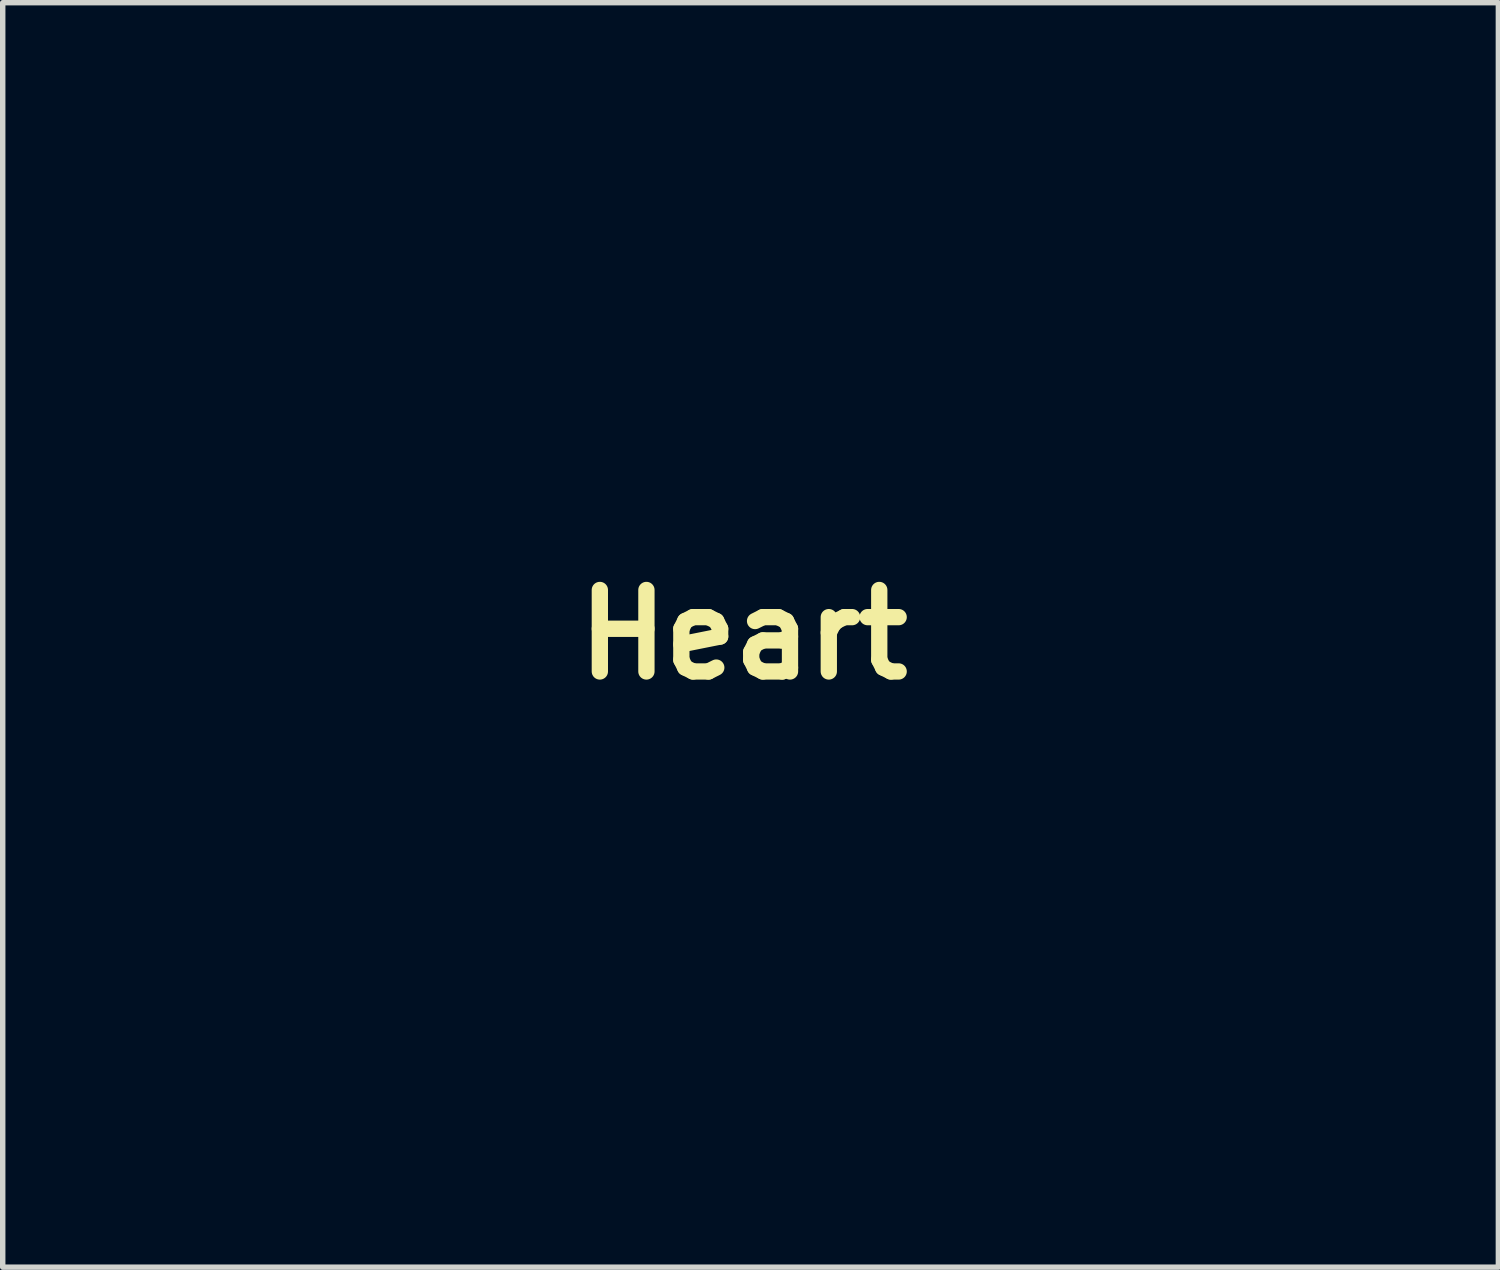
<source format=kicad_pcb>
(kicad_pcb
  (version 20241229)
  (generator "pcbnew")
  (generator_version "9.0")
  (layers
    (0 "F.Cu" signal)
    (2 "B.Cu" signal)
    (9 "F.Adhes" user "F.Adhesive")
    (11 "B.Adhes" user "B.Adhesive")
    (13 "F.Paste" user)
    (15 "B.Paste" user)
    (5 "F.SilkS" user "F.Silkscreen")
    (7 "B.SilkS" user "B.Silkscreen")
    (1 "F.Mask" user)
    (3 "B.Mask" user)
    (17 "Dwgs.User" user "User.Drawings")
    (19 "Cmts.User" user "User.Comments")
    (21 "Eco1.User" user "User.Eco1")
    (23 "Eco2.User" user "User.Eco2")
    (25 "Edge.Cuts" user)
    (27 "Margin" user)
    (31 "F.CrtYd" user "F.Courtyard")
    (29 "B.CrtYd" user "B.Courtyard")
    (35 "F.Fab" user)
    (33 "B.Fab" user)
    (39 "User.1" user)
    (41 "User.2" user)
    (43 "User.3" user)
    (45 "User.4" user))
  (footprint "Heart"
    (layer "F.Cu")
    (at 10.634 8.631)
    (property "Reference" "Heart" (at 0 0 0) (layer "F.SilkS") (effects (font (size 1.5 1.5) (thickness 0.3))))
    (attr board_only exclude_from_pos_files exclude_from_bom)
    (fp_poly (pts (xy 3.951 -8.614) (xy 4.051 -8.607) (xy 4.222 -8.596) (xy 4.453 -8.58) (xy 4.734 -8.561) (xy 5.054 -8.539) (xy 5.403 -8.515) (xy 5.769 -8.489) (xy 5.857 -8.483) (xy 7.495 -8.37) (xy 7.773 -8.122) (xy 7.893 -8.016) (xy 8.062 -7.868) (xy 8.27 -7.685) (xy 8.506 -7.48) (xy 8.758 -7.26) (xy 9.015 -7.037) (xy 9.265 -6.82) (xy 9.497 -6.618) (xy 9.7 -6.443) (xy 9.765 -6.388) (xy 9.896 -6.274) (xy 10.007 -6.178) (xy 10.081 -6.113) (xy 10.097 -6.098) (xy 10.112 -6.07) (xy 10.133 -6.003) (xy 10.159 -5.895) (xy 10.193 -5.741) (xy 10.235 -5.537) (xy 10.285 -5.278) (xy 10.346 -4.961) (xy 10.417 -4.58) (xy 10.499 -4.132) (xy 10.593 -3.612) (xy 10.7 -3.016) (xy 10.705 -2.991) (xy 10.896 -1.925) (xy 9.684 -0.122) (xy 9.449 0.226) (xy 9.224 0.556) (xy 9.013 0.863) (xy 8.821 1.138) (xy 8.654 1.376) (xy 8.514 1.569) (xy 8.409 1.71) (xy 8.342 1.793) (xy 8.327 1.809) (xy 8.204 1.914) (xy 8.078 2.016) (xy 8.05 2.039) (xy 7.977 2.097) (xy 7.854 2.198) (xy 7.695 2.331) (xy 7.51 2.485) (xy 7.314 2.65) (xy 7.117 2.816) (xy 6.933 2.971) (xy 6.774 3.103) (xy 6.653 3.204) (xy 6.581 3.262) (xy 6.525 3.307) (xy 6.413 3.4) (xy 6.251 3.535) (xy 6.047 3.705) (xy 5.806 3.906) (xy 5.536 4.132) (xy 5.242 4.378) (xy 4.932 4.639) (xy 4.872 4.689) (xy 4.56 4.951) (xy 4.263 5.2) (xy 3.988 5.43) (xy 3.741 5.636) (xy 3.53 5.813) (xy 3.36 5.954) (xy 3.238 6.055) (xy 3.171 6.11) (xy 3.165 6.115) (xy 3.095 6.172) (xy 2.974 6.272) (xy 2.814 6.405) (xy 2.628 6.56) (xy 2.428 6.728) (xy 2.405 6.747) (xy 2.198 6.92) (xy 2.001 7.085) (xy 1.825 7.231) (xy 1.685 7.348) (xy 1.593 7.424) (xy 1.589 7.427) (xy 1.501 7.5) (xy 1.363 7.615) (xy 1.19 7.76) (xy 0.993 7.925) (xy 0.788 8.098) (xy 0.775 8.109) (xy 0.582 8.27) (xy 0.412 8.412) (xy 0.272 8.526) (xy 0.173 8.605) (xy 0.125 8.641) (xy 0.122 8.642) (xy 0.084 8.618) (xy 0.00021 8.552) (xy -0.112 8.458) (xy -0.146 8.429) (xy -0.243 8.347) (xy -0.39 8.222) (xy -0.579 8.063) (xy -0.797 7.88) (xy -1.036 7.68) (xy -1.284 7.472) (xy -1.532 7.264) (xy -1.769 7.067) (xy -1.985 6.887) (xy -2.169 6.734) (xy -2.311 6.616) (xy -2.4 6.544) (xy -2.463 6.492) (xy -2.582 6.393) (xy -2.748 6.255) (xy -2.954 6.083) (xy -3.194 5.883) (xy -3.459 5.661) (xy -3.742 5.424) (xy -3.89 5.3) (xy -4.179 5.058) (xy -4.455 4.828) (xy -4.708 4.616) (xy -4.933 4.429) (xy -5.121 4.273) (xy -5.265 4.153) (xy -5.357 4.077) (xy -5.383 4.057) (xy -5.455 3.998) (xy -5.579 3.894) (xy -5.746 3.755) (xy -5.945 3.589) (xy -6.166 3.403) (xy -6.382 3.221) (xy -6.616 3.024) (xy -6.775 2.89) (xy -6.465 2.89) (xy -6.464 2.891) (xy -6.44 2.915) (xy -6.376 2.971) (xy -6.271 3.062) (xy -6.122 3.188) (xy -5.928 3.35) (xy -5.687 3.552) (xy -5.397 3.793) (xy -5.056 4.076) (xy -4.663 4.402) (xy -4.216 4.773) (xy -3.712 5.19) (xy -3.15 5.655) (xy -2.528 6.17) (xy -2.106 6.518) (xy -1.905 6.685) (xy -1.663 6.886) (xy -1.398 7.106) (xy -1.133 7.326) (xy -0.886 7.532) (xy -0.886 7.532) (xy -0.684 7.7) (xy -0.504 7.849) (xy -0.355 7.972) (xy -0.246 8.06) (xy -0.187 8.108) (xy -0.178 8.113) (xy -0.188 8.08) (xy -0.223 7.993) (xy -0.264 7.899) (xy -0.412 7.573) (xy -0.531 7.311) (xy -0.625 7.107) (xy -0.701 6.951) (xy -0.763 6.835) (xy -0.816 6.749) (xy -0.865 6.686) (xy -0.915 6.637) (xy -0.971 6.593) (xy -0.99 6.58) (xy -0.611 6.58) (xy -0.594 6.644) (xy -0.548 6.768) (xy -0.477 6.936) (xy -0.389 7.135) (xy -0.323 7.278) (xy -0.221 7.494) (xy -0.128 7.695) (xy -0.05 7.864) (xy 0.005 7.986) (xy 0.025 8.03) (xy 0.084 8.17) (xy 0.182 8.07) (xy 0.244 8.001) (xy 0.274 7.965) (xy 0.571 7.965) (xy 0.602 7.944) (xy 0.695 7.87) (xy 0.851 7.745) (xy 1.069 7.567) (xy 1.348 7.336) (xy 1.69 7.054) (xy 2.093 6.719) (xy 2.558 6.333) (xy 3.085 5.894) (xy 3.673 5.404) (xy 4.323 4.862) (xy 4.749 4.505) (xy 4.991 4.304) (xy 5.218 4.115) (xy 5.421 3.946) (xy 5.591 3.805) (xy 5.719 3.699) (xy 5.796 3.636) (xy 5.805 3.629) (xy 5.945 3.516) (xy 6.111 3.38) (xy 6.291 3.231) (xy 6.476 3.076) (xy 6.655 2.925) (xy 6.816 2.788) (xy 6.95 2.672) (xy 7.045 2.587) (xy 7.091 2.543) (xy 7.094 2.539) (xy 7.069 2.543) (xy 7.023 2.578) (xy 6.955 2.63) (xy 6.843 2.712) (xy 6.707 2.806) (xy 6.686 2.821) (xy 6.56 2.907) (xy 6.386 3.029) (xy 6.183 3.171) (xy 5.968 3.322) (xy 5.851 3.405) (xy 5.624 3.564) (xy 5.385 3.733) (xy 5.156 3.893) (xy 4.961 4.03) (xy 4.892 4.078) (xy 4.731 4.19) (xy 4.522 4.336) (xy 4.285 4.502) (xy 4.039 4.674) (xy 3.832 4.819) (xy 3.608 4.977) (xy 3.389 5.13) (xy 3.19 5.27) (xy 3.027 5.384) (xy 2.915 5.461) (xy 2.915 5.462) (xy 2.629 5.662) (xy 2.401 5.825) (xy 2.223 5.957) (xy 2.085 6.066) (xy 1.979 6.159) (xy 1.895 6.242) (xy 1.823 6.325) (xy 1.822 6.327) (xy 1.71 6.467) (xy 1.574 6.64) (xy 1.423 6.835) (xy 1.263 7.041) (xy 1.104 7.25) (xy 0.952 7.449) (xy 0.815 7.629) (xy 0.702 7.781) (xy 0.619 7.893) (xy 0.576 7.956) (xy 0.571 7.965) (xy 0.274 7.965) (xy 0.342 7.883) (xy 0.465 7.732) (xy 0.599 7.563) (xy 0.619 7.539) (xy 0.769 7.348) (xy 0.95 7.117) (xy 1.143 6.872) (xy 1.328 6.637) (xy 1.391 6.557) (xy 1.548 6.356) (xy 1.699 6.16) (xy 1.833 5.984) (xy 1.936 5.845) (xy 1.978 5.786) (xy 2.091 5.631) (xy 2.112 5.603) (xy 2.344 5.603) (xy 2.487 5.498) (xy 2.559 5.446) (xy 2.687 5.355) (xy 2.86 5.232) (xy 3.067 5.085) (xy 3.297 4.922) (xy 3.486 4.789) (xy 3.798 4.569) (xy 4.057 4.386) (xy 4.278 4.231) (xy 4.474 4.094) (xy 4.659 3.964) (xy 4.848 3.834) (xy 5.054 3.691) (xy 5.106 3.656) (xy 5.509 3.377) (xy 5.906 3.101) (xy 6.292 2.83) (xy 6.662 2.57) (xy 7.01 2.323) (xy 7.33 2.094) (xy 7.617 1.887) (xy 7.865 1.706) (xy 8.069 1.555) (xy 8.222 1.438) (xy 8.321 1.358) (xy 8.358 1.321) (xy 8.358 1.32) (xy 8.366 1.268) (xy 8.389 1.145) (xy 8.426 0.962) (xy 8.427 0.958) (xy 8.648 0.958) (xy 8.652 0.975) (xy 8.661 0.972) (xy 8.676 0.957) (xy 8.694 0.938) (xy 8.73 0.891) (xy 8.805 0.785) (xy 8.915 0.625) (xy 9.055 0.421) (xy 9.22 0.179) (xy 9.404 -0.094) (xy 9.602 -0.388) (xy 9.678 -0.5) (xy 9.878 -0.8) (xy 10.063 -1.078) (xy 10.228 -1.328) (xy 10.369 -1.543) (xy 10.481 -1.715) (xy 10.558 -1.837) (xy 10.597 -1.901) (xy 10.6 -1.909) (xy 10.572 -1.952) (xy 10.496 -2.035) (xy 10.383 -2.149) (xy 10.244 -2.282) (xy 10.091 -2.425) (xy 9.933 -2.567) (xy 9.784 -2.699) (xy 9.653 -2.81) (xy 9.552 -2.889) (xy 9.492 -2.928) (xy 9.481 -2.928) (xy 9.466 -2.872) (xy 9.439 -2.75) (xy 9.401 -2.577) (xy 9.356 -2.367) (xy 9.316 -2.181) (xy 9.267 -1.947) (xy 9.204 -1.653) (xy 9.132 -1.319) (xy 9.056 -0.966) (xy 8.979 -0.612) (xy 8.922 -0.347) (xy 8.842 0.019) (xy 8.778 0.313) (xy 8.728 0.542) (xy 8.692 0.713) (xy 8.667 0.835) (xy 8.653 0.914) (xy 8.648 0.958) (xy 8.427 0.958) (xy 8.474 0.726) (xy 8.531 0.448) (xy 8.596 0.137) (xy 8.666 -0.195) (xy 8.77 -0.689) (xy 8.859 -1.11) (xy 8.932 -1.462) (xy 8.992 -1.751) (xy 9.039 -1.984) (xy 9.074 -2.165) (xy 9.1 -2.301) (xy 9.115 -2.396) (xy 9.123 -2.458) (xy 9.124 -2.491) (xy 9.122 -2.497) (xy 9.094 -2.477) (xy 9.022 -2.402) (xy 8.911 -2.279) (xy 8.77 -2.117) (xy 8.605 -1.923) (xy 8.44 -1.726) (xy 8.306 -1.564) (xy 8.132 -1.354) (xy 7.922 -1.102) (xy 7.681 -0.811) (xy 7.412 -0.488) (xy 7.119 -0.136) (xy 6.807 0.239) (xy 6.48 0.633) (xy 6.141 1.041) (xy 5.795 1.458) (xy 5.445 1.878) (xy 5.096 2.298) (xy 4.752 2.712) (xy 4.416 3.116) (xy 4.093 3.504) (xy 3.787 3.872) (xy 3.502 4.215) (xy 3.242 4.528) (xy 3.01 4.806) (xy 2.812 5.044) (xy 2.65 5.238) (xy 2.53 5.383) (xy 2.454 5.473) (xy 2.43 5.502) (xy 2.344 5.603) (xy 2.112 5.603) (xy 2.249 5.423) (xy 2.444 5.173) (xy 2.668 4.89) (xy 2.913 4.585) (xy 3.173 4.267) (xy 3.312 4.097) (xy 3.457 3.921) (xy 3.582 3.767) (xy 3.678 3.645) (xy 3.736 3.567) (xy 3.751 3.543) (xy 3.716 3.517) (xy 3.624 3.466) (xy 3.49 3.4) (xy 3.415 3.364) (xy 3.174 3.253) (xy 2.876 3.116) (xy 2.54 2.96) (xy 2.182 2.794) (xy 1.819 2.626) (xy 1.471 2.465) (xy 1.153 2.317) (xy 0.883 2.191) (xy 0.795 2.15) (xy 0.575 2.049) (xy 0.417 1.98) (xy 0.311 1.94) (xy 0.245 1.926) (xy 0.209 1.933) (xy 0.195 1.951) (xy 0.179 2.013) (xy 0.154 2.14) (xy 0.121 2.317) (xy 0.084 2.528) (xy 0.061 2.67) (xy 0.029 2.863) (xy -0.015 3.122) (xy -0.069 3.433) (xy -0.13 3.782) (xy -0.195 4.156) (xy -0.263 4.541) (xy -0.328 4.908) (xy -0.391 5.26) (xy -0.449 5.589) (xy -0.5 5.886) (xy -0.543 6.142) (xy -0.577 6.348) (xy -0.6 6.494) (xy -0.611 6.572) (xy -0.611 6.58) (xy -0.99 6.58) (xy -1.039 6.546) (xy -1.066 6.526) (xy -1.306 6.359) (xy -1.584 6.166) (xy -1.894 5.953) (xy -2.23 5.723) (xy -2.587 5.479) (xy -2.958 5.227) (xy -3.338 4.969) (xy -3.721 4.71) (xy -4.101 4.453) (xy -4.472 4.203) (xy -4.829 3.963) (xy -5.166 3.738) (xy -5.476 3.531) (xy -5.755 3.346) (xy -5.996 3.187) (xy -6.193 3.058) (xy -6.341 2.963) (xy -6.433 2.906) (xy -6.465 2.89) (xy -6.775 2.89) (xy -6.839 2.837) (xy -7.039 2.668) (xy -7.208 2.527) (xy -7.334 2.422) (xy -7.404 2.365) (xy -7.576 2.226) (xy -7.722 2.108) (xy -7.848 2.003) (xy -7.959 1.906) (xy -8.06 1.808) (xy -8.158 1.704) (xy -8.259 1.586) (xy -8.367 1.447) (xy -8.488 1.28) (xy -8.629 1.079) (xy -8.795 0.836) (xy -8.992 0.545) (xy -9.224 0.198) (xy -9.418 -0.091) (xy -9.648 -0.434) (xy -9.864 -0.757) (xy -10.062 -1.055) (xy -10.237 -1.32) (xy -10.386 -1.546) (xy -10.504 -1.727) (xy -10.586 -1.857) (xy -10.618 -1.911) (xy -10.356 -1.911) (xy -10.334 -1.872) (xy -10.271 -1.773) (xy -10.173 -1.622) (xy -10.044 -1.427) (xy -9.891 -1.195) (xy -9.717 -0.935) (xy -9.536 -0.666) (xy -9.34 -0.375) (xy -9.152 -0.096) (xy -8.979 0.162) (xy -8.827 0.389) (xy -8.702 0.575) (xy -8.612 0.711) (xy -8.568 0.779) (xy -8.492 0.89) (xy -8.435 0.963) (xy -8.409 0.983) (xy -8.409 0.983) (xy -8.414 0.938) (xy -8.435 0.824) (xy -8.468 0.652) (xy -8.513 0.434) (xy -8.566 0.179) (xy -8.616 -0.061) (xy -8.736 -0.622) (xy -8.841 -1.108) (xy -8.93 -1.525) (xy -9.007 -1.876) (xy -9.071 -2.167) (xy -9.123 -2.403) (xy -9.166 -2.589) (xy -9.19 -2.691) (xy -8.946 -2.691) (xy -8.941 -2.653) (xy -8.92 -2.546) (xy -8.885 -2.38) (xy -8.839 -2.165) (xy -8.784 -1.913) (xy -8.724 -1.641) (xy -8.648 -1.301) (xy -8.567 -0.934) (xy -8.485 -0.564) (xy -8.409 -0.215) (xy -8.343 0.089) (xy -8.318 0.204) (xy -8.261 0.469) (xy -8.205 0.727) (xy -8.154 0.958) (xy -8.113 1.146) (xy -8.085 1.271) (xy -8.024 1.544) (xy -7.59 1.838) (xy -7.424 1.951) (xy -7.259 2.062) (xy -7.088 2.179) (xy -6.903 2.306) (xy -6.693 2.45) (xy -6.451 2.616) (xy -6.168 2.81) (xy -5.835 3.038) (xy -5.444 3.307) (xy -5.422 3.322) (xy -5.133 3.521) (xy -4.826 3.731) (xy -4.52 3.94) (xy -4.233 4.136) (xy -3.983 4.307) (xy -3.832 4.409) (xy -3.441 4.675) (xy -3.07 4.926) (xy -2.726 5.16) (xy -2.415 5.371) (xy -2.144 5.555) (xy -1.919 5.707) (xy -1.746 5.824) (xy -1.633 5.901) (xy -1.611 5.917) (xy -1.513 5.978) (xy -1.448 6.012) (xy -1.433 6.013) (xy -1.455 5.98) (xy -1.524 5.894) (xy -1.633 5.763) (xy -1.775 5.596) (xy -1.943 5.401) (xy -2.108 5.211) (xy -2.313 4.977) (xy -2.516 4.746) (xy -2.706 4.529) (xy -2.871 4.34) (xy -3.001 4.191) (xy -3.06 4.124) (xy -3.201 3.962) (xy -3.347 3.795) (xy -3.473 3.649) (xy -3.506 3.611) (xy -3.579 3.527) (xy -3.632 3.465) (xy -3.302 3.465) (xy -3.297 3.478) (xy -3.277 3.506) (xy -3.24 3.553) (xy -3.18 3.625) (xy -3.093 3.727) (xy -2.975 3.864) (xy -2.821 4.04) (xy -2.628 4.261) (xy -2.391 4.531) (xy -2.106 4.856) (xy -2.003 4.973) (xy -1.713 5.303) (xy -1.472 5.576) (xy -1.276 5.797) (xy -1.12 5.972) (xy -1 6.104) (xy -0.912 6.199) (xy -0.851 6.261) (xy -0.813 6.296) (xy -0.793 6.307) (xy -0.789 6.306) (xy -0.779 6.265) (xy -0.757 6.15) (xy -0.723 5.971) (xy -0.68 5.735) (xy -0.629 5.45) (xy -0.57 5.123) (xy -0.507 4.763) (xy -0.439 4.377) (xy -0.432 4.339) (xy -0.344 3.837) (xy -0.269 3.41) (xy -0.206 3.051) (xy -0.155 2.755) (xy -0.113 2.515) (xy -0.082 2.326) (xy -0.058 2.181) (xy -0.042 2.075) (xy -0.033 2.001) (xy -0.029 1.955) (xy -0.03 1.929) (xy -0.035 1.918) (xy -0.042 1.916) (xy -0.052 1.916) (xy -0.052 1.916) (xy -0.097 1.933) (xy -0.206 1.981) (xy -0.369 2.055) (xy -0.577 2.152) (xy -0.821 2.266) (xy -1.093 2.394) (xy -1.383 2.531) (xy -1.681 2.673) (xy -1.98 2.815) (xy -2.269 2.954) (xy -2.54 3.085) (xy -2.783 3.203) (xy -2.991 3.304) (xy -3.152 3.384) (xy -3.259 3.439) (xy -3.302 3.464) (xy -3.302 3.465) (xy -3.632 3.465) (xy -3.696 3.391) (xy -3.85 3.212) (xy -4.033 3) (xy -4.236 2.764) (xy -4.452 2.515) (xy -4.546 2.406) (xy -4.77 2.146) (xy -4.991 1.889) (xy -5.199 1.647) (xy -5.385 1.431) (xy -5.54 1.25) (xy -5.654 1.117) (xy -5.682 1.084) (xy -5.814 0.929) (xy -5.942 0.781) (xy -6.046 0.661) (xy -6.09 0.612) (xy -6.165 0.527) (xy -6.282 0.392) (xy -6.434 0.217) (xy -6.61 0.013) (xy -6.803 -0.21) (xy -7.002 -0.441) (xy -7.199 -0.67) (xy -7.385 -0.886) (xy -7.551 -1.08) (xy -7.687 -1.24) (xy -7.786 -1.357) (xy -7.828 -1.407) (xy -7.915 -1.511) (xy -8.033 -1.65) (xy -8.173 -1.812) (xy -8.323 -1.987) (xy -8.476 -2.163) (xy -8.622 -2.33) (xy -8.751 -2.477) (xy -8.855 -2.593) (xy -8.923 -2.668) (xy -8.946 -2.691) (xy -9.19 -2.691) (xy -9.2 -2.729) (xy -9.2 -2.732) (xy -8.641 -2.732) (xy -8.636 -2.705) (xy -8.579 -2.622) (xy -8.471 -2.487) (xy -8.327 -2.317) (xy -8.164 -2.126) (xy -7.982 -1.913) (xy -7.81 -1.711) (xy -7.726 -1.612) (xy -7.586 -1.448) (xy -7.414 -1.247) (xy -7.231 -1.035) (xy -7.059 -0.837) (xy -7.055 -0.831) (xy -6.87 -0.618) (xy -6.659 -0.375) (xy -6.449 -0.132) (xy -6.282 0.061) (xy -6.054 0.325) (xy -5.858 0.552) (xy -5.68 0.758) (xy -5.505 0.959) (xy -5.319 1.172) (xy -5.11 1.412) (xy -4.863 1.696) (xy -4.828 1.736) (xy -4.624 1.969) (xy -4.413 2.212) (xy -4.208 2.447) (xy -4.025 2.657) (xy -3.879 2.826) (xy -3.86 2.847) (xy -3.725 2.999) (xy -3.606 3.127) (xy -3.515 3.217) (xy -3.463 3.26) (xy -3.458 3.262) (xy -3.413 3.245) (xy -3.302 3.196) (xy -3.133 3.119) (xy -2.914 3.018) (xy -2.652 2.896) (xy -2.355 2.757) (xy -2.031 2.604) (xy -1.809 2.498) (xy -1.473 2.338) (xy -1.161 2.188) (xy -0.88 2.053) (xy -0.638 1.935) (xy -0.443 1.838) (xy -0.301 1.767) (xy -0.22 1.724) (xy -0.204 1.714) (xy -0.209 1.711) (xy 0.396 1.711) (xy 0.413 1.74) (xy 0.491 1.789) (xy 0.611 1.848) (xy 0.62 1.853) (xy 0.822 1.942) (xy 1.077 2.056) (xy 1.363 2.185) (xy 1.657 2.318) (xy 1.939 2.447) (xy 2.12 2.531) (xy 2.271 2.6) (xy 2.478 2.693) (xy 2.72 2.802) (xy 2.977 2.917) (xy 3.2 3.015) (xy 3.934 3.34) (xy 4.016 3.245) (xy 4.072 3.178) (xy 4.168 3.064) (xy 4.29 2.918) (xy 4.427 2.754) (xy 4.449 2.727) (xy 4.604 2.541) (xy 4.8 2.304) (xy 5.028 2.03) (xy 5.277 1.73) (xy 5.537 1.416) (xy 5.798 1.101) (xy 6.05 0.797) (xy 6.282 0.517) (xy 6.484 0.273) (xy 6.647 0.077) (xy 6.659 0.061) (xy 7.105 -0.477) (xy 7.5 -0.955) (xy 7.845 -1.371) (xy 8.14 -1.726) (xy 8.383 -2.018) (xy 8.575 -2.248) (xy 8.715 -2.416) (xy 8.717 -2.418) (xy 8.835 -2.561) (xy 8.928 -2.68) (xy 8.986 -2.763) (xy 9.001 -2.796) (xy 8.96 -2.784) (xy 8.86 -2.739) (xy 8.711 -2.667) (xy 8.526 -2.573) (xy 8.334 -2.473) (xy 8.205 -2.405) (xy 8.01 -2.303) (xy 7.755 -2.169) (xy 7.446 -2.006) (xy 7.088 -1.818) (xy 6.689 -1.609) (xy 6.254 -1.38) (xy 5.789 -1.135) (xy 5.3 -0.879) (xy 4.793 -0.612) (xy 4.275 -0.34) (xy 4.057 -0.225) (xy 3.551 0.041) (xy 3.065 0.296) (xy 2.605 0.539) (xy 2.174 0.766) (xy 1.779 0.974) (xy 1.423 1.162) (xy 1.112 1.327) (xy 0.851 1.466) (xy 0.644 1.576) (xy 0.496 1.655) (xy 0.413 1.7) (xy 0.396 1.711) (xy -0.209 1.711) (xy -0.24 1.691) (xy -0.342 1.633) (xy -0.383 1.611) (xy 0.014 1.611) (xy 0.017 1.666) (xy 0.069 1.689) (xy 0.133 1.672) (xy 0.163 1.629) (xy 0.133 1.579) (xy 0.119 1.567) (xy 0.058 1.566) (xy 0.014 1.611) (xy -0.383 1.611) (xy -0.506 1.544) (xy -0.592 1.497) (xy 0.285 1.497) (xy 0.314 1.508) (xy 0.385 1.48) (xy 0.433 1.45) (xy 0.5 1.409) (xy 0.623 1.34) (xy 0.785 1.253) (xy 0.968 1.157) (xy 0.982 1.149) (xy 1.211 1.03) (xy 1.464 0.898) (xy 1.705 0.772) (xy 1.855 0.693) (xy 2.064 0.583) (xy 2.311 0.454) (xy 2.561 0.323) (xy 2.732 0.234) (xy 2.909 0.141) (xy 3.142 0.019) (xy 3.424 -0.129) (xy 3.748 -0.298) (xy 4.106 -0.486) (xy 4.49 -0.688) (xy 4.894 -0.9) (xy 5.311 -1.119) (xy 5.732 -1.34) (xy 6.151 -1.56) (xy 6.56 -1.775) (xy 6.952 -1.981) (xy 7.32 -2.175) (xy 7.655 -2.351) (xy 7.952 -2.508) (xy 8.203 -2.64) (xy 8.4 -2.744) (xy 8.536 -2.816) (xy 8.582 -2.84) (xy 8.935 -3.029) (xy 9.181 -3.029) (xy 9.201 -3.003) (xy 9.262 -2.987) (xy 9.318 -3.03) (xy 9.327 -3.05) (xy 9.307 -3.089) (xy 9.258 -3.099) (xy 9.185 -3.079) (xy 9.181 -3.029) (xy 8.935 -3.029) (xy 8.99 -3.058) (xy 7.767 -3.032) (xy 7.491 -3.027) (xy 7.147 -3.02) (xy 6.746 -3.012) (xy 6.301 -3.003) (xy 5.824 -2.994) (xy 5.329 -2.985) (xy 4.827 -2.975) (xy 4.331 -2.966) (xy 4.079 -2.961) (xy 1.613 -2.915) (xy 1.517 -2.589) (xy 1.479 -2.46) (xy 1.422 -2.268) (xy 1.349 -2.027) (xy 1.266 -1.752) (xy 1.177 -1.457) (xy 1.101 -1.203) (xy 1.006 -0.889) (xy 0.91 -0.57) (xy 0.818 -0.264) (xy 0.736 0.013) (xy 0.668 0.241) (xy 0.631 0.367) (xy 0.564 0.595) (xy 0.493 0.827) (xy 0.429 1.037) (xy 0.384 1.181) (xy 0.337 1.326) (xy 0.303 1.436) (xy 0.286 1.494) (xy 0.285 1.497) (xy -0.592 1.497) (xy -0.725 1.426) (xy -0.995 1.282) (xy -1.309 1.115) (xy -1.662 0.928) (xy -2.049 0.723) (xy -2.465 0.505) (xy -2.902 0.275) (xy -3.357 0.037) (xy -3.823 -0.206) (xy -4.295 -0.452) (xy -4.452 -0.534) (xy -3.991 -0.534) (xy -3.576 -0.312) (xy -3.439 -0.24) (xy -3.243 -0.136) (xy -2.998 -0.007) (xy -2.716 0.141) (xy -2.409 0.302) (xy -2.09 0.469) (xy -1.855 0.592) (xy -1.546 0.754) (xy -1.254 0.907) (xy -0.986 1.047) (xy -0.754 1.169) (xy -0.566 1.267) (xy -0.432 1.337) (xy -0.367 1.371) (xy -0.258 1.427) (xy -0.179 1.461) (xy -0.158 1.468) (xy -0.159 1.431) (xy -0.181 1.332) (xy -0.22 1.186) (xy -0.272 1.009) (xy -0.318 0.852) (xy -0.38 0.63) (xy -0.455 0.358) (xy -0.537 0.051) (xy -0.624 -0.278) (xy -0.712 -0.614) (xy -0.738 -0.713) (xy -0.823 -1.041) (xy -0.906 -1.36) (xy -0.985 -1.657) (xy -1.055 -1.919) (xy -1.113 -2.133) (xy -1.155 -2.286) (xy -1.166 -2.324) (xy -1.215 -2.489) (xy -1.256 -2.629) (xy -1.284 -2.723) (xy -1.289 -2.742) (xy -1.324 -2.802) (xy -1.347 -2.813) (xy -1.391 -2.788) (xy -1.481 -2.718) (xy -1.607 -2.614) (xy -1.754 -2.487) (xy -1.766 -2.477) (xy -1.931 -2.332) (xy -2.137 -2.151) (xy -2.363 -1.954) (xy -2.588 -1.757) (xy -2.71 -1.651) (xy -2.923 -1.466) (xy -3.146 -1.271) (xy -3.36 -1.085) (xy -3.544 -0.925) (xy -3.632 -0.848) (xy -3.991 -0.534) (xy -4.452 -0.534) (xy -4.768 -0.698) (xy -5.235 -0.941) (xy -5.691 -1.177) (xy -6.054 -1.364) (xy -6.298 -1.49) (xy -6.518 -1.604) (xy -6.704 -1.702) (xy -6.845 -1.777) (xy -6.931 -1.823) (xy -6.951 -1.835) (xy -6.998 -1.862) (xy -7.107 -1.92) (xy -7.265 -2.004) (xy -7.462 -2.106) (xy -7.687 -2.223) (xy -7.767 -2.264) (xy -7.999 -2.384) (xy -8.208 -2.493) (xy -8.383 -2.586) (xy -8.512 -2.655) (xy -8.583 -2.696) (xy -8.592 -2.702) (xy -8.641 -2.732) (xy -9.2 -2.732) (xy -9.225 -2.829) (xy -9.244 -2.893) (xy -9.257 -2.927) (xy -9.265 -2.935) (xy -9.304 -2.909) (xy -9.389 -2.836) (xy -9.509 -2.729) (xy -9.653 -2.597) (xy -9.808 -2.453) (xy -9.964 -2.306) (xy -10.108 -2.168) (xy -10.229 -2.049) (xy -10.315 -1.961) (xy -10.354 -1.914) (xy -10.356 -1.911) (xy -10.618 -1.911) (xy -10.629 -1.927) (xy -10.634 -1.938) (xy -10.629 -1.986) (xy -10.61 -2.104) (xy -10.581 -2.284) (xy -10.577 -2.304) (xy -10.341 -2.304) (xy -10.323 -2.289) (xy -10.282 -2.321) (xy -10.194 -2.399) (xy -10.068 -2.514) (xy -9.916 -2.656) (xy -9.815 -2.752) (xy -9.507 -3.046) (xy -9.038 -3.046) (xy -9.008 -2.989) (xy -8.97 -2.976) (xy -8.917 -3.006) (xy -8.906 -3.021) (xy -8.904 -3.053) (xy -8.684 -3.053) (xy -8.649 -3.023) (xy -8.545 -2.957) (xy -8.377 -2.86) (xy -8.15 -2.732) (xy -7.868 -2.576) (xy -7.535 -2.395) (xy -7.155 -2.191) (xy -6.733 -1.966) (xy -6.472 -1.828) (xy -6.079 -1.621) (xy -5.707 -1.426) (xy -5.363 -1.245) (xy -5.052 -1.082) (xy -4.781 -0.941) (xy -4.557 -0.825) (xy -4.385 -0.736) (xy -4.272 -0.679) (xy -4.224 -0.657) (xy -4.224 -0.657) (xy -4.171 -0.677) (xy -4.083 -0.733) (xy -4.044 -0.762) (xy -3.959 -0.83) (xy -3.83 -0.939) (xy -3.675 -1.075) (xy -3.508 -1.222) (xy -3.487 -1.241) (xy -3.33 -1.381) (xy -3.127 -1.559) (xy -2.895 -1.763) (xy -2.651 -1.977) (xy -2.41 -2.187) (xy -2.346 -2.242) (xy -2.117 -2.441) (xy -1.944 -2.594) (xy -1.819 -2.707) (xy -1.739 -2.786) (xy -1.696 -2.838) (xy -1.684 -2.87) (xy -1.697 -2.889) (xy -1.729 -2.9) (xy -1.737 -2.902) (xy -1.796 -2.907) (xy -1.931 -2.914) (xy -2.133 -2.923) (xy -2.396 -2.932) (xy -2.508 -2.935) (xy -1.086 -2.935) (xy -0.809 -1.845) (xy -0.62 -1.12) (xy -0.418 -0.376) (xy -0.211 0.352) (xy -0.01 1.029) (xy 0.032 1.153) (xy 0.069 1.238) (xy 0.089 1.264) (xy 0.111 1.227) (xy 0.153 1.127) (xy 0.208 0.976) (xy 0.273 0.788) (xy 0.301 0.703) (xy 0.381 0.452) (xy 0.473 0.156) (xy 0.567 -0.153) (xy 0.653 -0.442) (xy 0.673 -0.51) (xy 0.824 -1.028) (xy 0.952 -1.472) (xy 1.06 -1.847) (xy 1.149 -2.156) (xy 1.219 -2.405) (xy 1.273 -2.597) (xy 1.311 -2.737) (xy 1.334 -2.829) (xy 1.345 -2.877) (xy 1.345 -2.885) (xy 1.328 -2.9) (xy 1.271 -2.912) (xy 1.167 -2.921) (xy 1.01 -2.928) (xy 0.793 -2.932) (xy 0.508 -2.935) (xy 0.149 -2.935) (xy 0.13 -2.935) (xy -1.086 -2.935) (xy -2.508 -2.935) (xy -2.714 -2.942) (xy -3.079 -2.953) (xy -3.485 -2.964) (xy -3.924 -2.975) (xy -4.391 -2.987) (xy -4.77 -2.995) (xy -5.266 -3.006) (xy -5.749 -3.018) (xy -6.212 -3.029) (xy -6.647 -3.04) (xy -7.045 -3.05) (xy -7.399 -3.06) (xy -7.7 -3.069) (xy -7.941 -3.076) (xy -8.114 -3.082) (xy -8.185 -3.085) (xy -8.398 -3.095) (xy -8.543 -3.097) (xy -8.63 -3.091) (xy -8.673 -3.076) (xy -8.684 -3.053) (xy -8.904 -3.053) (xy -8.901 -3.083) (xy -8.945 -3.124) (xy -9.004 -3.119) (xy -9.015 -3.11) (xy -9.038 -3.046) (xy -9.507 -3.046) (xy -9.419 -3.13) (xy 9.67 -3.13) (xy 9.67 -3.126) (xy 9.702 -3.081) (xy 9.78 -2.998) (xy 9.892 -2.888) (xy 10.025 -2.761) (xy 10.166 -2.629) (xy 10.305 -2.503) (xy 10.429 -2.395) (xy 10.525 -2.315) (xy 10.581 -2.276) (xy 10.59 -2.275) (xy 10.587 -2.324) (xy 10.572 -2.437) (xy 10.546 -2.6) (xy 10.513 -2.796) (xy 10.503 -2.854) (xy 10.41 -3.374) (xy 10.326 -3.839) (xy 10.25 -4.244) (xy 10.184 -4.587) (xy 10.129 -4.864) (xy 10.085 -5.073) (xy 10.052 -5.208) (xy 10.032 -5.268) (xy 10.027 -5.27) (xy 10.013 -5.222) (xy 9.988 -5.107) (xy 9.956 -4.937) (xy 9.918 -4.726) (xy 9.876 -4.487) (xy 9.833 -4.233) (xy 9.791 -3.977) (xy 9.752 -3.733) (xy 9.718 -3.513) (xy 9.692 -3.33) (xy 9.675 -3.198) (xy 9.67 -3.13) (xy -9.419 -3.13) (xy -9.345 -3.2) (xy -9.376 -3.35) (xy -9.125 -3.35) (xy -8.752 -3.327) (xy -8.647 -3.322) (xy -8.469 -3.315) (xy -8.225 -3.307) (xy -7.923 -3.298) (xy -7.57 -3.289) (xy -7.176 -3.278) (xy -6.746 -3.267) (xy -6.29 -3.256) (xy -5.815 -3.245) (xy -5.586 -3.24) (xy -5.111 -3.229) (xy -4.656 -3.218) (xy -4.228 -3.208) (xy -3.835 -3.199) (xy -3.484 -3.19) (xy -3.181 -3.182) (xy -2.935 -3.176) (xy -2.751 -3.17) (xy -2.639 -3.167) (xy -2.609 -3.165) (xy -2.454 -3.158) (xy -2.281 -3.151) (xy -2.107 -3.147) (xy -1.951 -3.146) (xy -1.83 -3.146) (xy -1.764 -3.15) (xy -1.757 -3.153) (xy -1.759 -3.155) (xy 2.001 -3.155) (xy 2.016 -3.148) (xy 2.08 -3.144) (xy 2.194 -3.141) (xy 2.363 -3.14) (xy 2.59 -3.141) (xy 2.876 -3.144) (xy 3.225 -3.148) (xy 3.641 -3.155) (xy 4.126 -3.164) (xy 4.683 -3.174) (xy 5.315 -3.187) (xy 6.025 -3.202) (xy 6.136 -3.205) (xy 6.631 -3.215) (xy 7.102 -3.226) (xy 7.542 -3.236) (xy 7.946 -3.245) (xy 8.306 -3.254) (xy 8.618 -3.262) (xy 8.874 -3.268) (xy 9.067 -3.274) (xy 9.193 -3.278) (xy 9.245 -3.281) (xy 9.245 -3.281) (xy 9.241 -3.323) (xy 9.22 -3.433) (xy 9.186 -3.603) (xy 9.139 -3.82) (xy 9.084 -4.075) (xy 9.022 -4.357) (xy 8.955 -4.656) (xy 8.886 -4.961) (xy 8.817 -5.262) (xy 8.751 -5.548) (xy 8.69 -5.809) (xy 8.636 -6.034) (xy 8.592 -6.214) (xy 8.568 -6.306) (xy 8.821 -6.306) (xy 8.824 -6.264) (xy 8.843 -6.162) (xy 8.874 -6.02) (xy 8.886 -5.971) (xy 8.916 -5.84) (xy 8.961 -5.645) (xy 9.016 -5.401) (xy 9.079 -5.123) (xy 9.145 -4.826) (xy 9.194 -4.607) (xy 9.257 -4.326) (xy 9.316 -4.071) (xy 9.367 -3.852) (xy 9.409 -3.681) (xy 9.438 -3.569) (xy 9.451 -3.527) (xy 9.472 -3.537) (xy 9.497 -3.611) (xy 9.509 -3.669) (xy 9.524 -3.76) (xy 9.552 -3.917) (xy 9.588 -4.128) (xy 9.632 -4.38) (xy 9.681 -4.66) (xy 9.721 -4.892) (xy 9.768 -5.173) (xy 9.809 -5.428) (xy 9.841 -5.644) (xy 9.864 -5.812) (xy 9.875 -5.92) (xy 9.874 -5.957) (xy 9.827 -5.979) (xy 9.722 -6.019) (xy 9.576 -6.07) (xy 9.407 -6.128) (xy 9.233 -6.185) (xy 9.069 -6.238) (xy 8.935 -6.279) (xy 8.846 -6.303) (xy 8.821 -6.306) (xy 8.568 -6.306) (xy 8.56 -6.337) (xy 8.542 -6.393) (xy 8.541 -6.395) (xy 8.503 -6.379) (xy 8.399 -6.33) (xy 8.235 -6.251) (xy 8.016 -6.145) (xy 7.75 -6.015) (xy 7.442 -5.864) (xy 7.1 -5.696) (xy 6.728 -5.513) (xy 6.335 -5.319) (xy 5.925 -5.116) (xy 5.505 -4.909) (xy 5.082 -4.699) (xy 4.661 -4.49) (xy 4.25 -4.286) (xy 3.854 -4.089) (xy 3.48 -3.903) (xy 3.134 -3.73) (xy 2.822 -3.574) (xy 2.551 -3.438) (xy 2.328 -3.325) (xy 2.157 -3.238) (xy 2.046 -3.18) (xy 2.001 -3.155) (xy 2.001 -3.155) (xy -1.759 -3.155) (xy -1.801 -3.178) (xy -1.91 -3.236) (xy -2.076 -3.321) (xy -2.289 -3.43) (xy -2.543 -3.558) (xy -2.828 -3.702) (xy -3.136 -3.858) (xy -3.459 -4.02) (xy -3.788 -4.185) (xy -4.116 -4.349) (xy -4.433 -4.508) (xy -4.733 -4.657) (xy -5.005 -4.792) (xy -5.243 -4.909) (xy -5.437 -5.005) (xy -5.579 -5.074) (xy -5.626 -5.096) (xy -5.814 -5.185) (xy -6.059 -5.302) (xy -6.343 -5.44) (xy -6.65 -5.591) (xy -6.964 -5.745) (xy -7.233 -5.879) (xy -7.503 -6.012) (xy -7.75 -6.131) (xy -7.963 -6.23) (xy -8.134 -6.307) (xy -8.254 -6.356) (xy -8.312 -6.374) (xy -8.316 -6.372) (xy -8.335 -6.325) (xy -8.369 -6.21) (xy -8.417 -6.041) (xy -8.474 -5.83) (xy -8.538 -5.589) (xy -8.555 -5.524) (xy -8.634 -5.217) (xy -8.722 -4.88) (xy -8.81 -4.541) (xy -8.892 -4.231) (xy -8.945 -4.03) (xy -9.125 -3.35) (xy -9.376 -3.35) (xy -9.546 -4.179) (xy -9.616 -4.524) (xy -9.672 -4.796) (xy -9.715 -5.002) (xy -9.748 -5.148) (xy -9.772 -5.241) (xy -9.789 -5.287) (xy -9.802 -5.295) (xy -9.813 -5.269) (xy -9.822 -5.218) (xy -9.834 -5.147) (xy -9.835 -5.137) (xy -9.854 -5.026) (xy -9.884 -4.854) (xy -9.924 -4.633) (xy -9.97 -4.376) (xy -10.021 -4.094) (xy -10.074 -3.799) (xy -10.128 -3.503) (xy -10.18 -3.218) (xy -10.228 -2.955) (xy -10.27 -2.727) (xy -10.304 -2.545) (xy -10.327 -2.422) (xy -10.337 -2.371) (xy -10.341 -2.304) (xy -10.577 -2.304) (xy -10.541 -2.515) (xy -10.494 -2.789) (xy -10.44 -3.097) (xy -10.381 -3.428) (xy -10.319 -3.773) (xy -10.256 -4.124) (xy -10.193 -4.47) (xy -10.133 -4.802) (xy -10.076 -5.111) (xy -10.024 -5.387) (xy -9.98 -5.621) (xy -9.944 -5.804) (xy -9.927 -5.886) (xy -9.663 -5.886) (xy -9.66 -5.862) (xy -9.651 -5.81) (xy -9.635 -5.726) (xy -9.611 -5.602) (xy -9.577 -5.433) (xy -9.531 -5.212) (xy -9.474 -4.932) (xy -9.402 -4.589) (xy -9.316 -4.175) (xy -9.266 -3.935) (xy -9.246 -3.863) (xy -9.229 -3.851) (xy -9.228 -3.853) (xy -9.215 -3.902) (xy -9.184 -4.019) (xy -9.137 -4.194) (xy -9.077 -4.42) (xy -9.008 -4.684) (xy -8.93 -4.977) (xy -8.896 -5.108) (xy -8.817 -5.407) (xy -8.748 -5.679) (xy -8.689 -5.914) (xy -8.643 -6.103) (xy -8.613 -6.236) (xy -8.601 -6.304) (xy -8.602 -6.31) (xy -8.648 -6.293) (xy -8.756 -6.255) (xy -8.911 -6.2) (xy -9.098 -6.134) (xy -9.145 -6.118) (xy -9.335 -6.047) (xy -9.494 -5.982) (xy -9.607 -5.928) (xy -9.66 -5.892) (xy -9.663 -5.886) (xy -9.927 -5.886) (xy -9.919 -5.926) (xy -9.916 -5.939) (xy -9.895 -5.989) (xy -9.848 -6.055) (xy -9.769 -6.142) (xy -9.651 -6.258) (xy -9.521 -6.378) (xy -9.209 -6.378) (xy -9.179 -6.385) (xy -9.088 -6.412) (xy -8.951 -6.457) (xy -8.839 -6.495) (xy -8.638 -6.563) (xy -8.046 -6.563) (xy -8.041 -6.557) (xy -8 -6.534) (xy -7.893 -6.478) (xy -7.726 -6.392) (xy -7.504 -6.28) (xy -7.235 -6.144) (xy -6.925 -5.987) (xy -6.58 -5.813) (xy -6.206 -5.625) (xy -5.81 -5.426) (xy -5.397 -5.22) (xy -4.975 -5.008) (xy -4.55 -4.795) (xy -4.128 -4.584) (xy -3.715 -4.378) (xy -3.317 -4.18) (xy -2.942 -3.993) (xy -2.594 -3.82) (xy -2.282 -3.665) (xy -2.01 -3.531) (xy -1.785 -3.42) (xy -1.614 -3.337) (xy -1.503 -3.284) (xy -1.458 -3.264) (xy -1.458 -3.263) (xy -1.427 -3.292) (xy -1.427 -3.299) (xy -1.442 -3.348) (xy -1.482 -3.458) (xy -1.542 -3.613) (xy -1.616 -3.797) (xy -1.633 -3.839) (xy -1.695 -3.991) (xy -1.783 -4.206) (xy -1.814 -4.284) (xy -1.572 -4.284) (xy -1.552 -4.239) (xy -1.509 -4.133) (xy -1.448 -3.979) (xy -1.374 -3.792) (xy -1.346 -3.719) (xy -1.135 -3.179) (xy 0.156 -3.19) (xy 1.447 -3.2) (xy 1.492 -3.311) (xy 1.761 -3.311) (xy 1.767 -3.303) (xy 1.772 -3.302) (xy 1.811 -3.32) (xy 1.917 -3.372) (xy 2.086 -3.455) (xy 2.312 -3.566) (xy 2.59 -3.704) (xy 2.915 -3.865) (xy 3.282 -4.047) (xy 3.685 -4.247) (xy 4.119 -4.463) (xy 4.579 -4.692) (xy 5.036 -4.919) (xy 5.515 -5.158) (xy 5.972 -5.388) (xy 6.402 -5.604) (xy 6.799 -5.805) (xy 7.159 -5.988) (xy 7.477 -6.151) (xy 7.747 -6.291) (xy 7.964 -6.404) (xy 8.123 -6.49) (xy 8.219 -6.544) (xy 8.248 -6.564) (xy 8.196 -6.592) (xy 8.083 -6.641) (xy 7.926 -6.707) (xy 7.74 -6.781) (xy 7.54 -6.858) (xy 7.344 -6.933) (xy 7.176 -6.994) (xy 7.05 -7.039) (xy 6.866 -7.107) (xy 6.644 -7.191) (xy 6.4 -7.283) (xy 6.197 -7.36) (xy 5.929 -7.462) (xy 5.646 -7.57) (xy 5.374 -7.673) (xy 5.138 -7.762) (xy 5.015 -7.808) (xy 4.78 -7.896) (xy 4.522 -7.992) (xy 4.279 -8.083) (xy 4.145 -8.134) (xy 3.977 -8.193) (xy 3.837 -8.234) (xy 3.744 -8.253) (xy 3.713 -8.25) (xy 3.691 -8.204) (xy 3.643 -8.093) (xy 3.574 -7.927) (xy 3.489 -7.717) (xy 3.391 -7.475) (xy 3.313 -7.278) (xy 3.208 -7.014) (xy 3.08 -6.691) (xy 2.935 -6.325) (xy 2.779 -5.933) (xy 2.62 -5.531) (xy 2.462 -5.135) (xy 2.348 -4.846) (xy 2.195 -4.464) (xy 2.071 -4.15) (xy 1.972 -3.899) (xy 1.895 -3.702) (xy 1.838 -3.555) (xy 1.799 -3.448) (xy 1.775 -3.377) (xy 1.763 -3.334) (xy 1.761 -3.311) (xy 1.492 -3.311) (xy 2.09 -4.811) (xy 2.243 -5.194) (xy 2.4 -5.587) (xy 2.556 -5.977) (xy 2.704 -6.35) (xy 2.841 -6.691) (xy 2.959 -6.987) (xy 3.053 -7.223) (xy 3.063 -7.249) (xy 3.159 -7.491) (xy 3.242 -7.707) (xy 3.309 -7.885) (xy 3.354 -8.015) (xy 3.375 -8.085) (xy 3.376 -8.094) (xy 3.339 -8.077) (xy 3.249 -8.018) (xy 3.119 -7.925) (xy 2.958 -7.806) (xy 2.866 -7.736) (xy 2.647 -7.568) (xy 2.391 -7.373) (xy 2.127 -7.173) (xy 1.884 -6.989) (xy 1.834 -6.951) (xy 1.601 -6.776) (xy 1.344 -6.58) (xy 1.09 -6.385) (xy 0.867 -6.212) (xy 0.819 -6.176) (xy 0.635 -6.033) (xy 0.459 -5.898) (xy 0.307 -5.783) (xy 0.198 -5.701) (xy 0.177 -5.686) (xy 0.053 -5.595) (xy -0.107 -5.474) (xy -0.293 -5.329) (xy -0.496 -5.17) (xy -0.705 -5.004) (xy -0.913 -4.838) (xy -1.107 -4.681) (xy -1.28 -4.539) (xy -1.421 -4.422) (xy -1.52 -4.336) (xy -1.569 -4.29) (xy -1.572 -4.284) (xy -1.814 -4.284) (xy -1.891 -4.474) (xy -2.016 -4.782) (xy -2.153 -5.119) (xy -2.296 -5.473) (xy -2.441 -5.833) (xy -2.465 -5.891) (xy -2.607 -6.243) (xy -2.745 -6.585) (xy -2.875 -6.906) (xy -2.993 -7.196) (xy -3.094 -7.445) (xy -3.174 -7.642) (xy -3.23 -7.777) (xy -3.239 -7.799) (xy -3.308 -7.967) (xy -3.334 -8.031) (xy -3.05 -8.031) (xy -3.05 -8.031) (xy -3.028 -7.975) (xy -2.981 -7.857) (xy -2.915 -7.688) (xy -2.835 -7.482) (xy -2.745 -7.251) (xy -2.739 -7.237) (xy -2.637 -6.977) (xy -2.513 -6.659) (xy -2.372 -6.3) (xy -2.223 -5.92) (xy -2.072 -5.536) (xy -1.926 -5.165) (xy -1.792 -4.826) (xy -1.708 -4.613) (xy -1.67 -4.517) (xy -1.498 -4.657) (xy -1.357 -4.77) (xy -1.202 -4.891) (xy -1.142 -4.937) (xy -0.957 -5.08) (xy -0.769 -5.228) (xy -0.588 -5.374) (xy -0.427 -5.508) (xy -0.295 -5.621) (xy -0.203 -5.703) (xy -0.164 -5.746) (xy -0.163 -5.749) (xy -0.184 -5.774) (xy -0.249 -5.833) (xy -0.36 -5.927) (xy -0.52 -6.058) (xy -0.731 -6.228) (xy -0.996 -6.44) (xy -1.319 -6.695) (xy -1.7 -6.996) (xy -2.143 -7.345) (xy -2.156 -7.355) (xy -2.35 -7.508) (xy -2.539 -7.658) (xy -2.706 -7.791) (xy -2.833 -7.893) (xy -2.872 -7.925) (xy -2.97 -8) (xy -3.034 -8.038) (xy -3.05 -8.031) (xy -3.334 -8.031) (xy -3.369 -8.117) (xy -3.412 -8.224) (xy -3.424 -8.254) (xy -3.461 -8.352) (xy -3.942 -8.169) (xy -4.189 -8.075) (xy -4.469 -7.969) (xy -4.739 -7.867) (xy -4.892 -7.809) (xy -5.101 -7.73) (xy -5.358 -7.632) (xy -5.637 -7.525) (xy -5.909 -7.42) (xy -6.014 -7.379) (xy -6.275 -7.278) (xy -6.555 -7.171) (xy -6.824 -7.069) (xy -7.056 -6.981) (xy -7.135 -6.952) (xy -7.431 -6.841) (xy -7.658 -6.755) (xy -7.824 -6.689) (xy -7.938 -6.64) (xy -8.008 -6.606) (xy -8.041 -6.581) (xy -8.046 -6.563) (xy -8.638 -6.563) (xy -8.455 -6.625) (xy -8.278 -6.874) (xy -7.991 -6.874) (xy -7.955 -6.878) (xy -7.854 -6.908) (xy -7.699 -6.96) (xy -7.501 -7.031) (xy -7.271 -7.117) (xy -7.019 -7.213) (xy -6.87 -7.271) (xy -6.651 -7.357) (xy -6.386 -7.461) (xy -6.091 -7.576) (xy -5.779 -7.696) (xy -5.466 -7.817) (xy -5.166 -7.933) (xy -4.894 -8.037) (xy -4.664 -8.125) (xy -4.491 -8.19) (xy -4.453 -8.204) (xy -4.305 -8.261) (xy -4.193 -8.306) (xy -4.133 -8.333) (xy -4.127 -8.337) (xy -4.169 -8.337) (xy -4.282 -8.331) (xy -4.456 -8.322) (xy -4.68 -8.31) (xy -4.944 -8.294) (xy -5.238 -8.276) (xy -5.3 -8.272) (xy -5.618 -8.253) (xy -5.925 -8.236) (xy -6.208 -8.221) (xy -6.453 -8.209) (xy -6.644 -8.201) (xy -6.769 -8.198) (xy -6.771 -8.198) (xy -7.079 -8.195) (xy -7.407 -7.736) (xy -7.619 -7.437) (xy -7.783 -7.202) (xy -7.899 -7.031) (xy -7.968 -6.922) (xy -7.991 -6.874) (xy -8.278 -6.874) (xy -8.254 -6.908) (xy -8.149 -7.056) (xy -8.054 -7.193) (xy -7.984 -7.295) (xy -7.973 -7.311) (xy -7.923 -7.39) (xy -7.918 -7.413) (xy -7.958 -7.395) (xy -7.973 -7.387) (xy -8.02 -7.353) (xy -8.118 -7.277) (xy -8.253 -7.169) (xy -8.413 -7.039) (xy -8.587 -6.897) (xy -8.761 -6.755) (xy -8.923 -6.621) (xy -9.061 -6.505) (xy -9.163 -6.419) (xy -9.209 -6.378) (xy -9.521 -6.378) (xy -9.489 -6.408) (xy -9.276 -6.598) (xy -9.01 -6.831) (xy -8.639 -7.154) (xy -8.325 -7.428) (xy -8.061 -7.656) (xy -7.844 -7.844) (xy -7.668 -7.994) (xy -7.527 -8.112) (xy -7.418 -8.202) (xy -7.333 -8.267) (xy -7.27 -8.311) (xy -7.221 -8.34) (xy -7.183 -8.357) (xy -7.15 -8.366) (xy -7.116 -8.371) (xy -7.105 -8.373) (xy -7.032 -8.38) (xy -6.888 -8.392) (xy -6.68 -8.407) (xy -6.419 -8.425) (xy -6.113 -8.446) (xy -5.772 -8.468) (xy -5.405 -8.492) (xy -5.172 -8.507) (xy -3.393 -8.618) (xy -2.91 -8.231) (xy -2.607 -7.989) (xy -2.283 -7.732) (xy -1.949 -7.467) (xy -1.615 -7.203) (xy -1.29 -6.946) (xy -0.984 -6.706) (xy -0.707 -6.489) (xy -0.47 -6.304) (xy -0.282 -6.159) (xy -0.216 -6.109) (xy 0.088 -5.877) (xy 0.564 -6.241) (xy 0.761 -6.392) (xy 0.961 -6.546) (xy 1.144 -6.685) (xy 1.286 -6.795) (xy 1.305 -6.809) (xy 1.403 -6.884) (xy 1.556 -7.002) (xy 1.753 -7.153) (xy 1.983 -7.329) (xy 2.237 -7.524) (xy 2.504 -7.729) (xy 2.626 -7.822) (xy 3.312 -8.347) (xy 4.257 -8.347) (xy 4.278 -8.323) (xy 4.357 -8.285) (xy 4.411 -8.264) (xy 4.497 -8.233) (xy 4.646 -8.177) (xy 4.846 -8.101) (xy 5.086 -8.009) (xy 5.352 -7.908) (xy 5.586 -7.818) (xy 5.902 -7.696) (xy 6.238 -7.567) (xy 6.572 -7.439) (xy 6.883 -7.321) (xy 7.149 -7.22) (xy 7.257 -7.18) (xy 7.491 -7.091) (xy 7.712 -7.007) (xy 7.904 -6.933) (xy 8.048 -6.877) (xy 8.113 -6.851) (xy 8.223 -6.806) (xy 8.296 -6.777) (xy 8.311 -6.771) (xy 8.301 -6.798) (xy 8.258 -6.87) (xy 8.25 -6.883) (xy 8.136 -7.052) (xy 8.006 -7.242) (xy 7.867 -7.441) (xy 7.813 -7.517) (xy 8.122 -7.517) (xy 8.124 -7.497) (xy 8.165 -7.422) (xy 8.239 -7.3) (xy 8.339 -7.145) (xy 8.377 -7.088) (xy 8.684 -6.627) (xy 9.041 -6.499) (xy 9.243 -6.427) (xy 9.376 -6.383) (xy 9.447 -6.364) (xy 9.461 -6.369) (xy 9.455 -6.375) (xy 9.421 -6.405) (xy 9.334 -6.48) (xy 9.205 -6.592) (xy 9.042 -6.733) (xy 8.855 -6.895) (xy 8.806 -6.937) (xy 8.613 -7.105) (xy 8.438 -7.254) (xy 8.292 -7.378) (xy 8.185 -7.467) (xy 8.127 -7.514) (xy 8.122 -7.517) (xy 7.813 -7.517) (xy 7.728 -7.637) (xy 7.597 -7.818) (xy 7.482 -7.974) (xy 7.392 -8.092) (xy 7.335 -8.161) (xy 7.32 -8.175) (xy 7.263 -8.182) (xy 7.137 -8.192) (xy 6.954 -8.205) (xy 6.724 -8.22) (xy 6.459 -8.237) (xy 6.169 -8.254) (xy 5.866 -8.272) (xy 5.56 -8.289) (xy 5.262 -8.305) (xy 4.983 -8.32) (xy 4.735 -8.332) (xy 4.527 -8.341) (xy 4.371 -8.347) (xy 4.279 -8.349) (xy 4.257 -8.347) (xy 3.312 -8.347) (xy 3.361 -8.385) (xy 4.131 -8.385) (xy 4.137 -8.361) (xy 4.159 -8.358) (xy 4.192 -8.373) (xy 4.186 -8.385) (xy 4.137 -8.39) (xy 4.131 -8.385) (xy 3.361 -8.385) (xy 3.683 -8.631)) (stroke (width 0) (type solid)) (fill yes) (layer "F.Mask")))
  (gr_rect
    (start -3 -3)
    (end 24.53 20.274)
    (stroke (width 0.1) (type default))
    (fill no)
    (layer "Edge.Cuts")))
</source>
